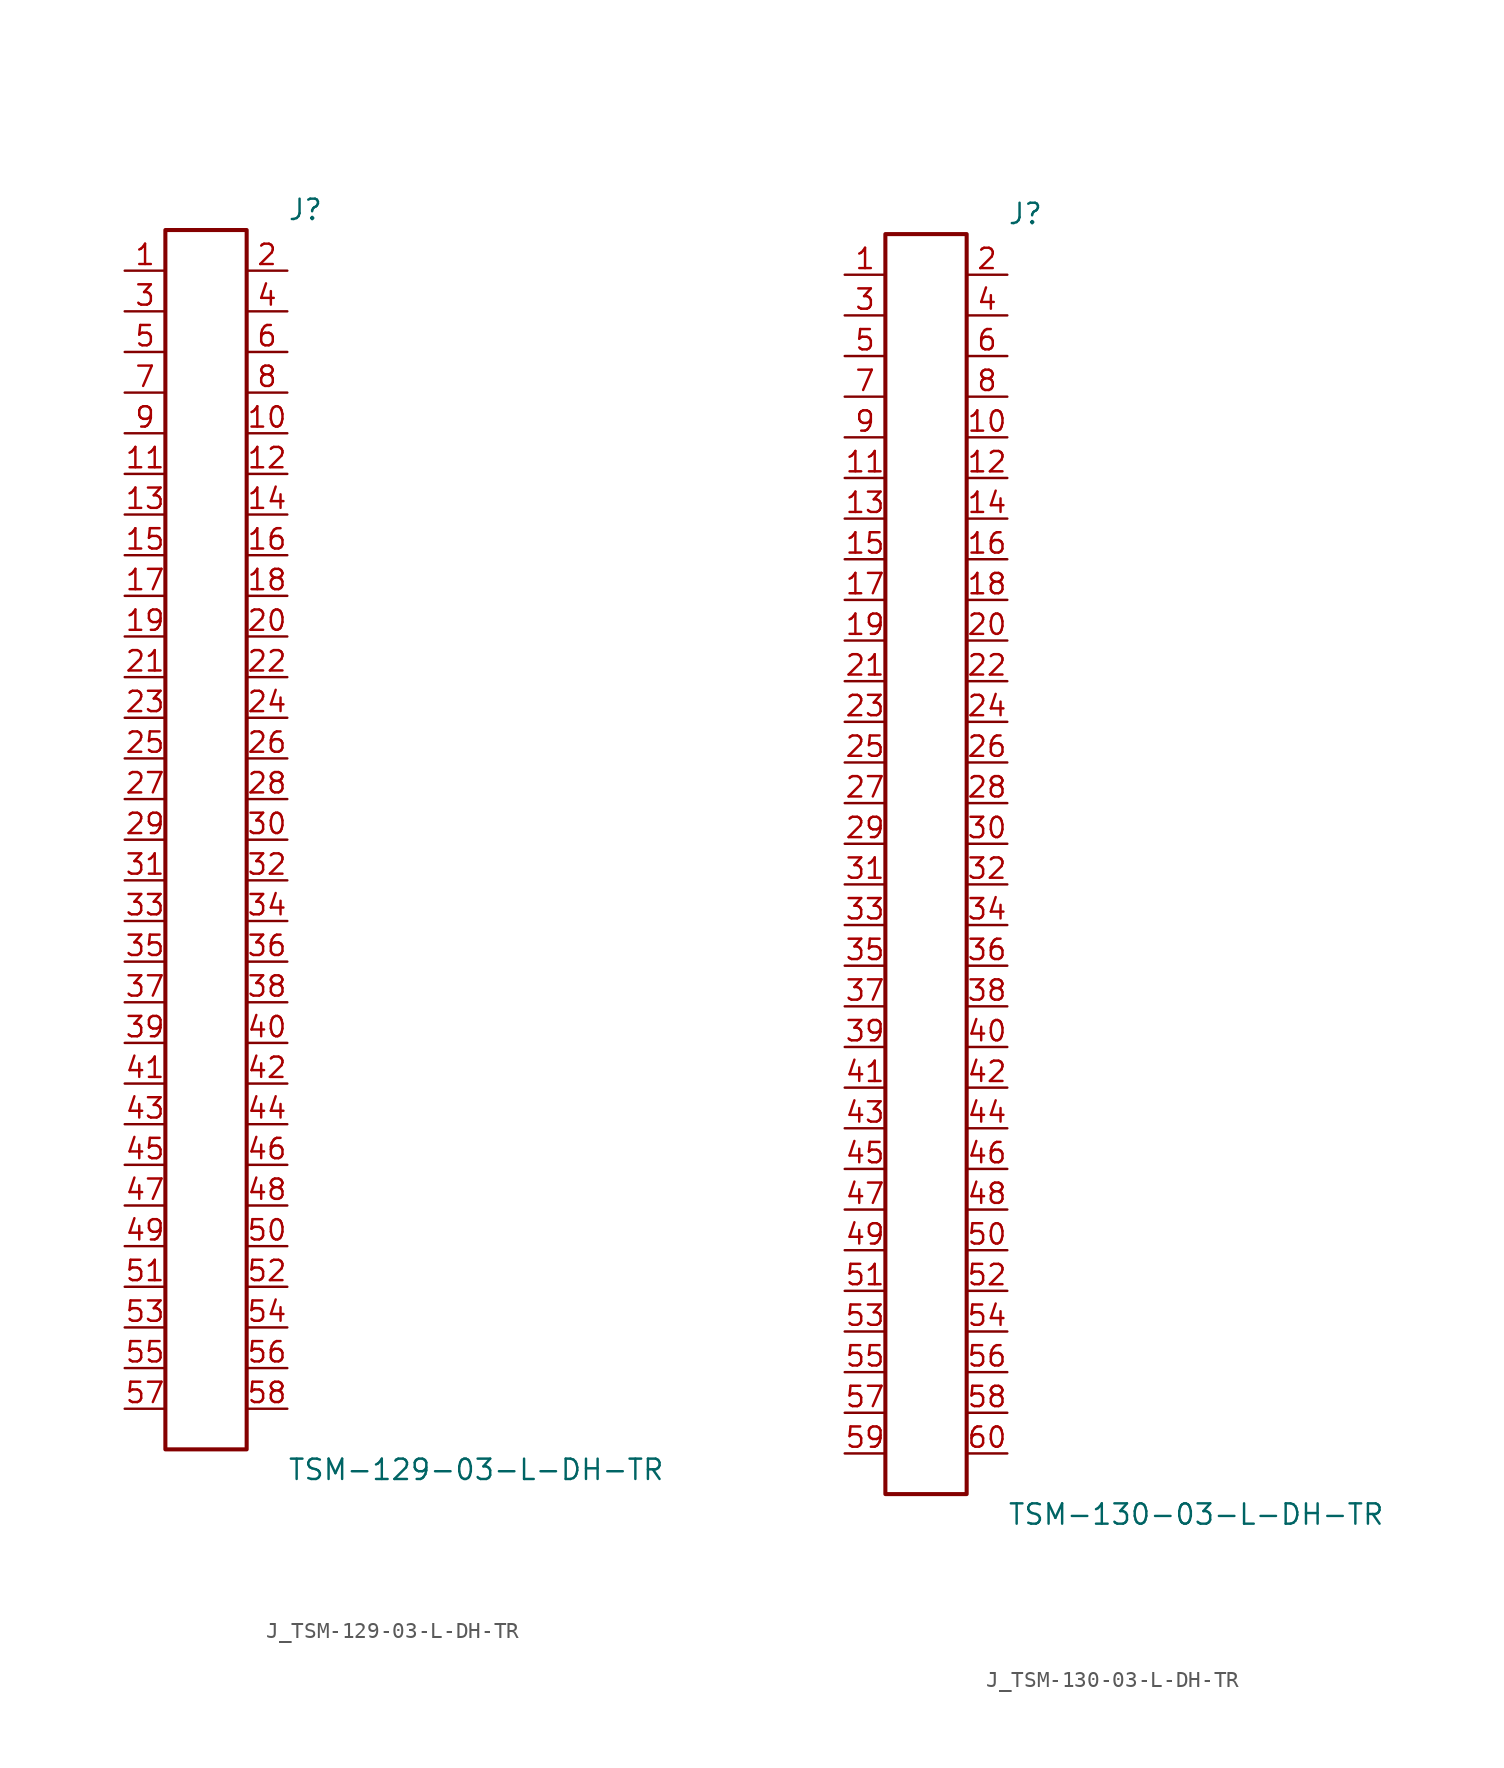
<source format=kicad_sym>
(kicad_symbol_lib
  (version 20231120)
  (generator kicad_symbol_editor)
  (generator_version 8.0)
  (symbol "J_TSM-129-03-L-DH-TR"
    (pin_names
      (offset 0.254))
    (property "Reference" "J"
      (at 5.08 39.37 0)
      (effects (font (size 1.27 1.27)) (justify left)))
    (property "Value" "TSM-129-03-L-DH-TR"
      (at 5.08 -39.37 0)
      (effects (font (size 1.27 1.27)) (justify left)))
    (symbol "J_TSM-129-03-L-DH-TR_0_0"
      (pin passive line (at -5.08 35.56 0) (length 2.54) (name "" (effects (font (size 1.27 1.27)))) (number "1" (effects (font (size 1.27 1.27)))))
      (pin passive line (at 5.08 35.56 180) (length 2.54) (name "" (effects (font (size 1.27 1.27)))) (number "2" (effects (font (size 1.27 1.27)))))
      (pin passive line (at -5.08 33.02 0) (length 2.54) (name "" (effects (font (size 1.27 1.27)))) (number "3" (effects (font (size 1.27 1.27)))))
      (pin passive line (at 5.08 33.02 180) (length 2.54) (name "" (effects (font (size 1.27 1.27)))) (number "4" (effects (font (size 1.27 1.27)))))
      (pin passive line (at -5.08 30.48 0) (length 2.54) (name "" (effects (font (size 1.27 1.27)))) (number "5" (effects (font (size 1.27 1.27)))))
      (pin passive line (at 5.08 30.48 180) (length 2.54) (name "" (effects (font (size 1.27 1.27)))) (number "6" (effects (font (size 1.27 1.27)))))
      (pin passive line (at -5.08 27.94 0) (length 2.54) (name "" (effects (font (size 1.27 1.27)))) (number "7" (effects (font (size 1.27 1.27)))))
      (pin passive line (at 5.08 27.94 180) (length 2.54) (name "" (effects (font (size 1.27 1.27)))) (number "8" (effects (font (size 1.27 1.27)))))
      (pin passive line (at -5.08 25.4 0) (length 2.54) (name "" (effects (font (size 1.27 1.27)))) (number "9" (effects (font (size 1.27 1.27)))))
      (pin passive line (at 5.08 25.4 180) (length 2.54) (name "" (effects (font (size 1.27 1.27)))) (number "10" (effects (font (size 1.27 1.27)))))
      (pin passive line (at -5.08 22.86 0) (length 2.54) (name "" (effects (font (size 1.27 1.27)))) (number "11" (effects (font (size 1.27 1.27)))))
      (pin passive line (at 5.08 22.86 180) (length 2.54) (name "" (effects (font (size 1.27 1.27)))) (number "12" (effects (font (size 1.27 1.27)))))
      (pin passive line (at -5.08 20.32 0) (length 2.54) (name "" (effects (font (size 1.27 1.27)))) (number "13" (effects (font (size 1.27 1.27)))))
      (pin passive line (at 5.08 20.32 180) (length 2.54) (name "" (effects (font (size 1.27 1.27)))) (number "14" (effects (font (size 1.27 1.27)))))
      (pin passive line (at -5.08 17.78 0) (length 2.54) (name "" (effects (font (size 1.27 1.27)))) (number "15" (effects (font (size 1.27 1.27)))))
      (pin passive line (at 5.08 17.78 180) (length 2.54) (name "" (effects (font (size 1.27 1.27)))) (number "16" (effects (font (size 1.27 1.27)))))
      (pin passive line (at -5.08 15.24 0) (length 2.54) (name "" (effects (font (size 1.27 1.27)))) (number "17" (effects (font (size 1.27 1.27)))))
      (pin passive line (at 5.08 15.24 180) (length 2.54) (name "" (effects (font (size 1.27 1.27)))) (number "18" (effects (font (size 1.27 1.27)))))
      (pin passive line (at -5.08 12.7 0) (length 2.54) (name "" (effects (font (size 1.27 1.27)))) (number "19" (effects (font (size 1.27 1.27)))))
      (pin passive line (at 5.08 12.7 180) (length 2.54) (name "" (effects (font (size 1.27 1.27)))) (number "20" (effects (font (size 1.27 1.27)))))
      (pin passive line (at -5.08 10.16 0) (length 2.54) (name "" (effects (font (size 1.27 1.27)))) (number "21" (effects (font (size 1.27 1.27)))))
      (pin passive line (at 5.08 10.16 180) (length 2.54) (name "" (effects (font (size 1.27 1.27)))) (number "22" (effects (font (size 1.27 1.27)))))
      (pin passive line (at -5.08 7.62 0) (length 2.54) (name "" (effects (font (size 1.27 1.27)))) (number "23" (effects (font (size 1.27 1.27)))))
      (pin passive line (at 5.08 7.62 180) (length 2.54) (name "" (effects (font (size 1.27 1.27)))) (number "24" (effects (font (size 1.27 1.27)))))
      (pin passive line (at -5.08 5.08 0) (length 2.54) (name "" (effects (font (size 1.27 1.27)))) (number "25" (effects (font (size 1.27 1.27)))))
      (pin passive line (at 5.08 5.08 180) (length 2.54) (name "" (effects (font (size 1.27 1.27)))) (number "26" (effects (font (size 1.27 1.27)))))
      (pin passive line (at -5.08 2.54 0) (length 2.54) (name "" (effects (font (size 1.27 1.27)))) (number "27" (effects (font (size 1.27 1.27)))))
      (pin passive line (at 5.08 2.54 180) (length 2.54) (name "" (effects (font (size 1.27 1.27)))) (number "28" (effects (font (size 1.27 1.27)))))
      (pin passive line (at -5.08 0.0 0) (length 2.54) (name "" (effects (font (size 1.27 1.27)))) (number "29" (effects (font (size 1.27 1.27)))))
      (pin passive line (at 5.08 0.0 180) (length 2.54) (name "" (effects (font (size 1.27 1.27)))) (number "30" (effects (font (size 1.27 1.27)))))
      (pin passive line (at -5.08 -2.54 0) (length 2.54) (name "" (effects (font (size 1.27 1.27)))) (number "31" (effects (font (size 1.27 1.27)))))
      (pin passive line (at 5.08 -2.54 180) (length 2.54) (name "" (effects (font (size 1.27 1.27)))) (number "32" (effects (font (size 1.27 1.27)))))
      (pin passive line (at -5.08 -5.08 0) (length 2.54) (name "" (effects (font (size 1.27 1.27)))) (number "33" (effects (font (size 1.27 1.27)))))
      (pin passive line (at 5.08 -5.08 180) (length 2.54) (name "" (effects (font (size 1.27 1.27)))) (number "34" (effects (font (size 1.27 1.27)))))
      (pin passive line (at -5.08 -7.62 0) (length 2.54) (name "" (effects (font (size 1.27 1.27)))) (number "35" (effects (font (size 1.27 1.27)))))
      (pin passive line (at 5.08 -7.62 180) (length 2.54) (name "" (effects (font (size 1.27 1.27)))) (number "36" (effects (font (size 1.27 1.27)))))
      (pin passive line (at -5.08 -10.16 0) (length 2.54) (name "" (effects (font (size 1.27 1.27)))) (number "37" (effects (font (size 1.27 1.27)))))
      (pin passive line (at 5.08 -10.16 180) (length 2.54) (name "" (effects (font (size 1.27 1.27)))) (number "38" (effects (font (size 1.27 1.27)))))
      (pin passive line (at -5.08 -12.7 0) (length 2.54) (name "" (effects (font (size 1.27 1.27)))) (number "39" (effects (font (size 1.27 1.27)))))
      (pin passive line (at 5.08 -12.7 180) (length 2.54) (name "" (effects (font (size 1.27 1.27)))) (number "40" (effects (font (size 1.27 1.27)))))
      (pin passive line (at -5.08 -15.24 0) (length 2.54) (name "" (effects (font (size 1.27 1.27)))) (number "41" (effects (font (size 1.27 1.27)))))
      (pin passive line (at 5.08 -15.24 180) (length 2.54) (name "" (effects (font (size 1.27 1.27)))) (number "42" (effects (font (size 1.27 1.27)))))
      (pin passive line (at -5.08 -17.78 0) (length 2.54) (name "" (effects (font (size 1.27 1.27)))) (number "43" (effects (font (size 1.27 1.27)))))
      (pin passive line (at 5.08 -17.78 180) (length 2.54) (name "" (effects (font (size 1.27 1.27)))) (number "44" (effects (font (size 1.27 1.27)))))
      (pin passive line (at -5.08 -20.32 0) (length 2.54) (name "" (effects (font (size 1.27 1.27)))) (number "45" (effects (font (size 1.27 1.27)))))
      (pin passive line (at 5.08 -20.32 180) (length 2.54) (name "" (effects (font (size 1.27 1.27)))) (number "46" (effects (font (size 1.27 1.27)))))
      (pin passive line (at -5.08 -22.86 0) (length 2.54) (name "" (effects (font (size 1.27 1.27)))) (number "47" (effects (font (size 1.27 1.27)))))
      (pin passive line (at 5.08 -22.86 180) (length 2.54) (name "" (effects (font (size 1.27 1.27)))) (number "48" (effects (font (size 1.27 1.27)))))
      (pin passive line (at -5.08 -25.4 0) (length 2.54) (name "" (effects (font (size 1.27 1.27)))) (number "49" (effects (font (size 1.27 1.27)))))
      (pin passive line (at 5.08 -25.4 180) (length 2.54) (name "" (effects (font (size 1.27 1.27)))) (number "50" (effects (font (size 1.27 1.27)))))
      (pin passive line (at -5.08 -27.94 0) (length 2.54) (name "" (effects (font (size 1.27 1.27)))) (number "51" (effects (font (size 1.27 1.27)))))
      (pin passive line (at 5.08 -27.94 180) (length 2.54) (name "" (effects (font (size 1.27 1.27)))) (number "52" (effects (font (size 1.27 1.27)))))
      (pin passive line (at -5.08 -30.48 0) (length 2.54) (name "" (effects (font (size 1.27 1.27)))) (number "53" (effects (font (size 1.27 1.27)))))
      (pin passive line (at 5.08 -30.48 180) (length 2.54) (name "" (effects (font (size 1.27 1.27)))) (number "54" (effects (font (size 1.27 1.27)))))
      (pin passive line (at -5.08 -33.02 0) (length 2.54) (name "" (effects (font (size 1.27 1.27)))) (number "55" (effects (font (size 1.27 1.27)))))
      (pin passive line (at 5.08 -33.02 180) (length 2.54) (name "" (effects (font (size 1.27 1.27)))) (number "56" (effects (font (size 1.27 1.27)))))
      (pin passive line (at -5.08 -35.56 0) (length 2.54) (name "" (effects (font (size 1.27 1.27)))) (number "57" (effects (font (size 1.27 1.27)))))
      (pin passive line (at 5.08 -35.56 180) (length 2.54) (name "" (effects (font (size 1.27 1.27)))) (number "58" (effects (font (size 1.27 1.27))))))
    (symbol "J_TSM-129-03-L-DH-TR_1_0"
      (rectangle (start -2.54 38.1) (end 2.54 -38.1) (stroke (width 0.254) (type solid)) (fill (type none)))))
  (symbol "J_TSM-130-03-L-DH-TR"
    (pin_names
      (offset 0.254))
    (property "Reference" "J"
      (at 5.08 40.64 0)
      (effects (font (size 1.27 1.27)) (justify left)))
    (property "Value" "TSM-130-03-L-DH-TR"
      (at 5.08 -40.64 0)
      (effects (font (size 1.27 1.27)) (justify left)))
    (symbol "J_TSM-130-03-L-DH-TR_0_0"
      (pin passive line (at -5.08 36.83 0) (length 2.54) (name "" (effects (font (size 1.27 1.27)))) (number "1" (effects (font (size 1.27 1.27)))))
      (pin passive line (at 5.08 36.83 180) (length 2.54) (name "" (effects (font (size 1.27 1.27)))) (number "2" (effects (font (size 1.27 1.27)))))
      (pin passive line (at -5.08 34.29 0) (length 2.54) (name "" (effects (font (size 1.27 1.27)))) (number "3" (effects (font (size 1.27 1.27)))))
      (pin passive line (at 5.08 34.29 180) (length 2.54) (name "" (effects (font (size 1.27 1.27)))) (number "4" (effects (font (size 1.27 1.27)))))
      (pin passive line (at -5.08 31.75 0) (length 2.54) (name "" (effects (font (size 1.27 1.27)))) (number "5" (effects (font (size 1.27 1.27)))))
      (pin passive line (at 5.08 31.75 180) (length 2.54) (name "" (effects (font (size 1.27 1.27)))) (number "6" (effects (font (size 1.27 1.27)))))
      (pin passive line (at -5.08 29.21 0) (length 2.54) (name "" (effects (font (size 1.27 1.27)))) (number "7" (effects (font (size 1.27 1.27)))))
      (pin passive line (at 5.08 29.21 180) (length 2.54) (name "" (effects (font (size 1.27 1.27)))) (number "8" (effects (font (size 1.27 1.27)))))
      (pin passive line (at -5.08 26.67 0) (length 2.54) (name "" (effects (font (size 1.27 1.27)))) (number "9" (effects (font (size 1.27 1.27)))))
      (pin passive line (at 5.08 26.67 180) (length 2.54) (name "" (effects (font (size 1.27 1.27)))) (number "10" (effects (font (size 1.27 1.27)))))
      (pin passive line (at -5.08 24.13 0) (length 2.54) (name "" (effects (font (size 1.27 1.27)))) (number "11" (effects (font (size 1.27 1.27)))))
      (pin passive line (at 5.08 24.13 180) (length 2.54) (name "" (effects (font (size 1.27 1.27)))) (number "12" (effects (font (size 1.27 1.27)))))
      (pin passive line (at -5.08 21.59 0) (length 2.54) (name "" (effects (font (size 1.27 1.27)))) (number "13" (effects (font (size 1.27 1.27)))))
      (pin passive line (at 5.08 21.59 180) (length 2.54) (name "" (effects (font (size 1.27 1.27)))) (number "14" (effects (font (size 1.27 1.27)))))
      (pin passive line (at -5.08 19.05 0) (length 2.54) (name "" (effects (font (size 1.27 1.27)))) (number "15" (effects (font (size 1.27 1.27)))))
      (pin passive line (at 5.08 19.05 180) (length 2.54) (name "" (effects (font (size 1.27 1.27)))) (number "16" (effects (font (size 1.27 1.27)))))
      (pin passive line (at -5.08 16.51 0) (length 2.54) (name "" (effects (font (size 1.27 1.27)))) (number "17" (effects (font (size 1.27 1.27)))))
      (pin passive line (at 5.08 16.51 180) (length 2.54) (name "" (effects (font (size 1.27 1.27)))) (number "18" (effects (font (size 1.27 1.27)))))
      (pin passive line (at -5.08 13.97 0) (length 2.54) (name "" (effects (font (size 1.27 1.27)))) (number "19" (effects (font (size 1.27 1.27)))))
      (pin passive line (at 5.08 13.97 180) (length 2.54) (name "" (effects (font (size 1.27 1.27)))) (number "20" (effects (font (size 1.27 1.27)))))
      (pin passive line (at -5.08 11.43 0) (length 2.54) (name "" (effects (font (size 1.27 1.27)))) (number "21" (effects (font (size 1.27 1.27)))))
      (pin passive line (at 5.08 11.43 180) (length 2.54) (name "" (effects (font (size 1.27 1.27)))) (number "22" (effects (font (size 1.27 1.27)))))
      (pin passive line (at -5.08 8.89 0) (length 2.54) (name "" (effects (font (size 1.27 1.27)))) (number "23" (effects (font (size 1.27 1.27)))))
      (pin passive line (at 5.08 8.89 180) (length 2.54) (name "" (effects (font (size 1.27 1.27)))) (number "24" (effects (font (size 1.27 1.27)))))
      (pin passive line (at -5.08 6.35 0) (length 2.54) (name "" (effects (font (size 1.27 1.27)))) (number "25" (effects (font (size 1.27 1.27)))))
      (pin passive line (at 5.08 6.35 180) (length 2.54) (name "" (effects (font (size 1.27 1.27)))) (number "26" (effects (font (size 1.27 1.27)))))
      (pin passive line (at -5.08 3.81 0) (length 2.54) (name "" (effects (font (size 1.27 1.27)))) (number "27" (effects (font (size 1.27 1.27)))))
      (pin passive line (at 5.08 3.81 180) (length 2.54) (name "" (effects (font (size 1.27 1.27)))) (number "28" (effects (font (size 1.27 1.27)))))
      (pin passive line (at -5.08 1.27 0) (length 2.54) (name "" (effects (font (size 1.27 1.27)))) (number "29" (effects (font (size 1.27 1.27)))))
      (pin passive line (at 5.08 1.27 180) (length 2.54) (name "" (effects (font (size 1.27 1.27)))) (number "30" (effects (font (size 1.27 1.27)))))
      (pin passive line (at -5.08 -1.27 0) (length 2.54) (name "" (effects (font (size 1.27 1.27)))) (number "31" (effects (font (size 1.27 1.27)))))
      (pin passive line (at 5.08 -1.27 180) (length 2.54) (name "" (effects (font (size 1.27 1.27)))) (number "32" (effects (font (size 1.27 1.27)))))
      (pin passive line (at -5.08 -3.81 0) (length 2.54) (name "" (effects (font (size 1.27 1.27)))) (number "33" (effects (font (size 1.27 1.27)))))
      (pin passive line (at 5.08 -3.81 180) (length 2.54) (name "" (effects (font (size 1.27 1.27)))) (number "34" (effects (font (size 1.27 1.27)))))
      (pin passive line (at -5.08 -6.35 0) (length 2.54) (name "" (effects (font (size 1.27 1.27)))) (number "35" (effects (font (size 1.27 1.27)))))
      (pin passive line (at 5.08 -6.35 180) (length 2.54) (name "" (effects (font (size 1.27 1.27)))) (number "36" (effects (font (size 1.27 1.27)))))
      (pin passive line (at -5.08 -8.89 0) (length 2.54) (name "" (effects (font (size 1.27 1.27)))) (number "37" (effects (font (size 1.27 1.27)))))
      (pin passive line (at 5.08 -8.89 180) (length 2.54) (name "" (effects (font (size 1.27 1.27)))) (number "38" (effects (font (size 1.27 1.27)))))
      (pin passive line (at -5.08 -11.43 0) (length 2.54) (name "" (effects (font (size 1.27 1.27)))) (number "39" (effects (font (size 1.27 1.27)))))
      (pin passive line (at 5.08 -11.43 180) (length 2.54) (name "" (effects (font (size 1.27 1.27)))) (number "40" (effects (font (size 1.27 1.27)))))
      (pin passive line (at -5.08 -13.97 0) (length 2.54) (name "" (effects (font (size 1.27 1.27)))) (number "41" (effects (font (size 1.27 1.27)))))
      (pin passive line (at 5.08 -13.97 180) (length 2.54) (name "" (effects (font (size 1.27 1.27)))) (number "42" (effects (font (size 1.27 1.27)))))
      (pin passive line (at -5.08 -16.51 0) (length 2.54) (name "" (effects (font (size 1.27 1.27)))) (number "43" (effects (font (size 1.27 1.27)))))
      (pin passive line (at 5.08 -16.51 180) (length 2.54) (name "" (effects (font (size 1.27 1.27)))) (number "44" (effects (font (size 1.27 1.27)))))
      (pin passive line (at -5.08 -19.05 0) (length 2.54) (name "" (effects (font (size 1.27 1.27)))) (number "45" (effects (font (size 1.27 1.27)))))
      (pin passive line (at 5.08 -19.05 180) (length 2.54) (name "" (effects (font (size 1.27 1.27)))) (number "46" (effects (font (size 1.27 1.27)))))
      (pin passive line (at -5.08 -21.59 0) (length 2.54) (name "" (effects (font (size 1.27 1.27)))) (number "47" (effects (font (size 1.27 1.27)))))
      (pin passive line (at 5.08 -21.59 180) (length 2.54) (name "" (effects (font (size 1.27 1.27)))) (number "48" (effects (font (size 1.27 1.27)))))
      (pin passive line (at -5.08 -24.13 0) (length 2.54) (name "" (effects (font (size 1.27 1.27)))) (number "49" (effects (font (size 1.27 1.27)))))
      (pin passive line (at 5.08 -24.13 180) (length 2.54) (name "" (effects (font (size 1.27 1.27)))) (number "50" (effects (font (size 1.27 1.27)))))
      (pin passive line (at -5.08 -26.67 0) (length 2.54) (name "" (effects (font (size 1.27 1.27)))) (number "51" (effects (font (size 1.27 1.27)))))
      (pin passive line (at 5.08 -26.67 180) (length 2.54) (name "" (effects (font (size 1.27 1.27)))) (number "52" (effects (font (size 1.27 1.27)))))
      (pin passive line (at -5.08 -29.21 0) (length 2.54) (name "" (effects (font (size 1.27 1.27)))) (number "53" (effects (font (size 1.27 1.27)))))
      (pin passive line (at 5.08 -29.21 180) (length 2.54) (name "" (effects (font (size 1.27 1.27)))) (number "54" (effects (font (size 1.27 1.27)))))
      (pin passive line (at -5.08 -31.75 0) (length 2.54) (name "" (effects (font (size 1.27 1.27)))) (number "55" (effects (font (size 1.27 1.27)))))
      (pin passive line (at 5.08 -31.75 180) (length 2.54) (name "" (effects (font (size 1.27 1.27)))) (number "56" (effects (font (size 1.27 1.27)))))
      (pin passive line (at -5.08 -34.29 0) (length 2.54) (name "" (effects (font (size 1.27 1.27)))) (number "57" (effects (font (size 1.27 1.27)))))
      (pin passive line (at 5.08 -34.29 180) (length 2.54) (name "" (effects (font (size 1.27 1.27)))) (number "58" (effects (font (size 1.27 1.27)))))
      (pin passive line (at -5.08 -36.83 0) (length 2.54) (name "" (effects (font (size 1.27 1.27)))) (number "59" (effects (font (size 1.27 1.27)))))
      (pin passive line (at 5.08 -36.83 180) (length 2.54) (name "" (effects (font (size 1.27 1.27)))) (number "60" (effects (font (size 1.27 1.27))))))
    (symbol "J_TSM-130-03-L-DH-TR_1_0"
      (rectangle (start -2.54 39.37) (end 2.54 -39.37) (stroke (width 0.254) (type solid)) (fill (type none))))))
</source>
